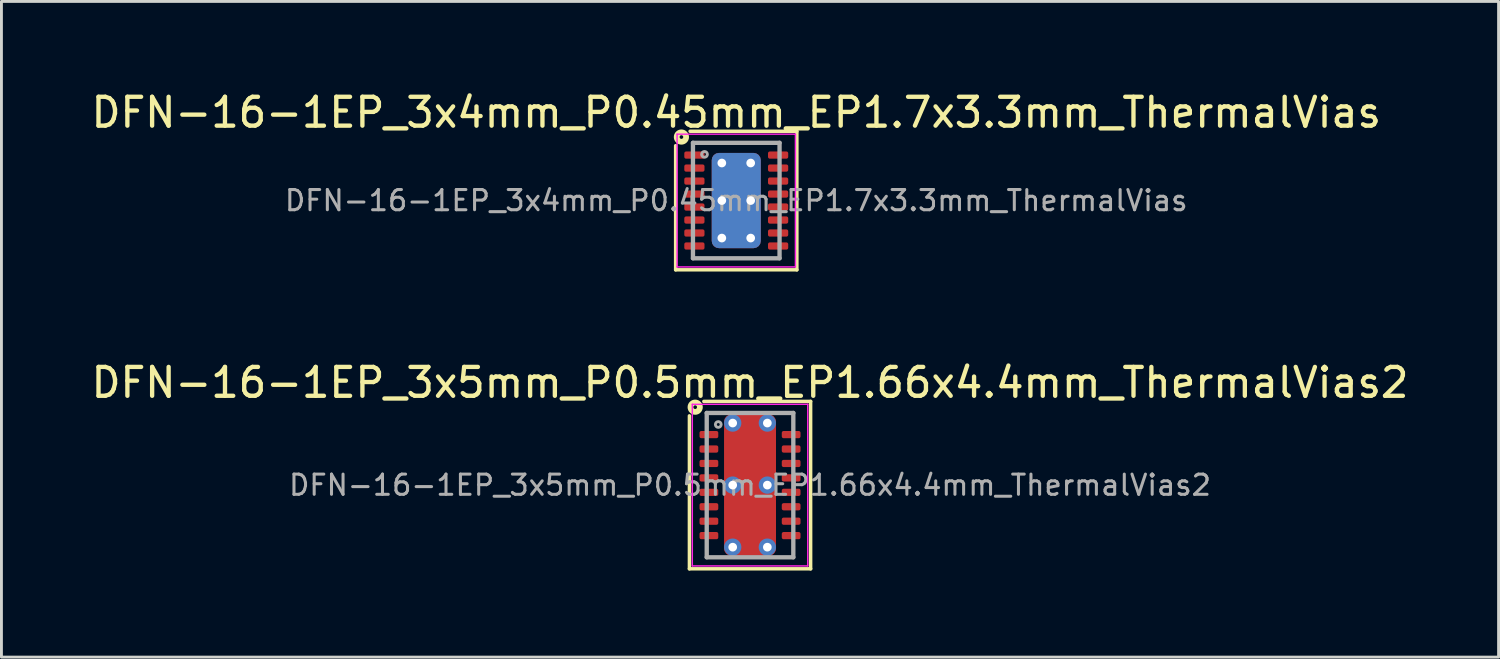
<source format=kicad_pcb>
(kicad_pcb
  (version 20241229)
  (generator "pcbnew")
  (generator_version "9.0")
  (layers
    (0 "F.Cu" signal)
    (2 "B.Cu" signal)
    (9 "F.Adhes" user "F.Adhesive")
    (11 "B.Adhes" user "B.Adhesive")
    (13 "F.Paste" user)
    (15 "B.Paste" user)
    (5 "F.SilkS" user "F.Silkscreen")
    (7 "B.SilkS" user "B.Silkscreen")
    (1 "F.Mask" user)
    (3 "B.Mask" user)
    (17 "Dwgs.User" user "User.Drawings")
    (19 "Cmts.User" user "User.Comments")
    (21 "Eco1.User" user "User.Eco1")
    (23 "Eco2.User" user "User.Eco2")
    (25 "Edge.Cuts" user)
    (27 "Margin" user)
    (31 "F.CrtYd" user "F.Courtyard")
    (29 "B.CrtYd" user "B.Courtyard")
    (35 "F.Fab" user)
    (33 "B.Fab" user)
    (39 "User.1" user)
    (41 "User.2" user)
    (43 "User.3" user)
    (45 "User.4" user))
  (footprint "DFN-16-1EP_3x5mm_P0.5mm_EP1.66x4.4mm_ThermalVias2"
    (layer "F.Cu")
    (at 22.935 13.757)
    (property "Reference" "DFN-16-1EP_3x5mm_P0.5mm_EP1.66x4.4mm_ThermalVias2" (at 0 -3.55 0) (layer "F.SilkS") (effects (font (size 1 1) (thickness 0.15))))
    (attr smd)
    (fp_line (start -2.1 2.9) (end -2.1 -2.4) (stroke (width 0.12) (type solid)) (layer "F.SilkS"))
    (fp_line (start -1.6 -2.9) (end 2.1 -2.9) (stroke (width 0.12) (type solid)) (layer "F.SilkS"))
    (fp_line (start 2.1 -2.9) (end 2.1 2.9) (stroke (width 0.12) (type solid)) (layer "F.SilkS"))
    (fp_line (start 2.1 2.9) (end -2.1 2.9) (stroke (width 0.12) (type solid)) (layer "F.SilkS"))
    (fp_circle (center -1.9 -2.7) (end -1.837 -2.7) (stroke (width 0.2) (type solid)) (fill no) (layer "F.SilkS"))
    (fp_line (start -2 -2.8) (end -2 2.8) (stroke (width 0.05) (type solid)) (layer "F.CrtYd"))
    (fp_line (start -2 -2.8) (end 2 -2.8) (stroke (width 0.05) (type solid)) (layer "F.CrtYd"))
    (fp_line (start -2 2.8) (end 2 2.8) (stroke (width 0.05) (type solid)) (layer "F.CrtYd"))
    (fp_line (start 2 -2.8) (end 2 2.8) (stroke (width 0.05) (type solid)) (layer "F.CrtYd"))
    (fp_line (start -1.5 -2.5) (end 1.5 -2.5) (stroke (width 0.15) (type solid)) (layer "F.Fab"))
    (fp_line (start -1.5 2.5) (end -1.5 -2.5) (stroke (width 0.15) (type solid)) (layer "F.Fab"))
    (fp_line (start 1.5 -2.5) (end 1.5 2.5) (stroke (width 0.15) (type solid)) (layer "F.Fab"))
    (fp_line (start 1.5 2.5) (end -1.5 2.5) (stroke (width 0.15) (type solid)) (layer "F.Fab"))
    (fp_circle (center -1.1 -2.1) (end -1 -2.1) (stroke (width 0.1) (type solid)) (fill no) (layer "F.Fab"))
    (fp_text user "${REFERENCE}" (at 0 0 0) (layer "F.Fab") (effects (font (size 0.7 0.7) (thickness 0.105))))
    (pad "" smd roundrect (at -0.4 -1.462) (size 0.6 0.575) (layers "F.Paste") (roundrect_rratio 0.25))
    (pad "" smd roundrect (at -0.4 -0.688) (size 0.6 0.575) (layers "F.Paste") (roundrect_rratio 0.25))
    (pad "" smd roundrect (at -0.4 0.688) (size 0.6 0.575) (layers "F.Paste") (roundrect_rratio 0.25))
    (pad "" smd roundrect (at -0.4 1.462) (size 0.6 0.575) (layers "F.Paste") (roundrect_rratio 0.25))
    (pad "" smd roundrect (at 0 -1.075) (size 1.6 1.55) (layers "F.Mask") (roundrect_rratio 0.161))
    (pad "" smd roundrect (at 0 1.075) (size 1.6 1.55) (layers "F.Mask") (roundrect_rratio 0.161))
    (pad "" smd roundrect (at 0.4 -1.462) (size 0.6 0.575) (layers "F.Paste") (roundrect_rratio 0.25))
    (pad "" smd roundrect (at 0.4 -0.688) (size 0.6 0.575) (layers "F.Paste") (roundrect_rratio 0.25))
    (pad "" smd roundrect (at 0.4 0.688) (size 0.6 0.575) (layers "F.Paste") (roundrect_rratio 0.25))
    (pad "" smd roundrect (at 0.4 1.462) (size 0.6 0.575) (layers "F.Paste") (roundrect_rratio 0.25))
    (pad "1" smd roundrect (at -1.425 -1.75) (size 0.65 0.25) (layers "F.Cu" "F.Mask" "F.Paste") (roundrect_rratio 0.25))
    (pad "2" smd roundrect (at -1.425 -1.25) (size 0.65 0.25) (layers "F.Cu" "F.Mask" "F.Paste") (roundrect_rratio 0.25))
    (pad "3" smd roundrect (at -1.425 -0.75) (size 0.65 0.25) (layers "F.Cu" "F.Mask" "F.Paste") (roundrect_rratio 0.25))
    (pad "4" smd roundrect (at -1.425 -0.25) (size 0.65 0.25) (layers "F.Cu" "F.Mask" "F.Paste") (roundrect_rratio 0.25))
    (pad "5" smd roundrect (at -1.425 0.25) (size 0.65 0.25) (layers "F.Cu" "F.Mask" "F.Paste") (roundrect_rratio 0.25))
    (pad "6" smd roundrect (at -1.425 0.75) (size 0.65 0.25) (layers "F.Cu" "F.Mask" "F.Paste") (roundrect_rratio 0.25))
    (pad "7" smd roundrect (at -1.425 1.25) (size 0.65 0.25) (layers "F.Cu" "F.Mask" "F.Paste") (roundrect_rratio 0.25))
    (pad "8" smd roundrect (at -1.425 1.75) (size 0.65 0.25) (layers "F.Cu" "F.Mask" "F.Paste") (roundrect_rratio 0.25))
    (pad "9" smd roundrect (at 1.425 1.75) (size 0.65 0.25) (layers "F.Cu" "F.Mask" "F.Paste") (roundrect_rratio 0.25))
    (pad "10" smd roundrect (at 1.425 1.25) (size 0.65 0.25) (layers "F.Cu" "F.Mask" "F.Paste") (roundrect_rratio 0.25))
    (pad "11" smd roundrect (at 1.425 0.75) (size 0.65 0.25) (layers "F.Cu" "F.Mask" "F.Paste") (roundrect_rratio 0.25))
    (pad "12" smd roundrect (at 1.425 0.25) (size 0.65 0.25) (layers "F.Cu" "F.Mask" "F.Paste") (roundrect_rratio 0.25))
    (pad "13" smd roundrect (at 1.425 -0.25) (size 0.65 0.25) (layers "F.Cu" "F.Mask" "F.Paste") (roundrect_rratio 0.25))
    (pad "14" smd roundrect (at 1.425 -0.75) (size 0.65 0.25) (layers "F.Cu" "F.Mask" "F.Paste") (roundrect_rratio 0.25))
    (pad "15" smd roundrect (at 1.425 -1.25) (size 0.65 0.25) (layers "F.Cu" "F.Mask" "F.Paste") (roundrect_rratio 0.25))
    (pad "16" smd roundrect (at 1.425 -1.75) (size 0.65 0.25) (layers "F.Cu" "F.Mask" "F.Paste") (roundrect_rratio 0.25))
    (pad "17" thru_hole circle (at -0.6 -2.15) (size 0.6 0.6) (drill 0.3) (property pad_prop_heatsink) (layers "*.Cu" "*.Mask"))
    (pad "17" thru_hole circle (at -0.6 0) (size 0.6 0.6) (drill 0.3) (property pad_prop_heatsink) (layers "*.Cu" "*.Mask"))
    (pad "17" thru_hole circle (at -0.6 2.15) (size 0.6 0.6) (drill 0.3) (property pad_prop_heatsink) (layers "*.Cu" "*.Mask"))
    (pad "17" smd roundrect (at 0 0) (size 1.8 4.9) (layers "F.Cu") (roundrect_rratio 0.139))
    (pad "17" thru_hole circle (at 0.6 -2.15) (size 0.6 0.6) (drill 0.3) (property pad_prop_heatsink) (layers "*.Cu" "*.Mask"))
    (pad "17" thru_hole circle (at 0.6 0) (size 0.6 0.6) (drill 0.3) (property pad_prop_heatsink) (layers "*.Cu" "*.Mask"))
    (pad "17" thru_hole circle (at 0.6 2.15) (size 0.6 0.6) (drill 0.3) (property pad_prop_heatsink) (layers "*.Cu" "*.Mask")))
  (footprint "DFN-16-1EP_3x4mm_P0.45mm_EP1.7x3.3mm_ThermalVias"
    (layer "F.Cu")
    (at 22.458 3.898)
    (property "Reference" "DFN-16-1EP_3x4mm_P0.45mm_EP1.7x3.3mm_ThermalVias" (at 0 -3.05 0) (layer "F.SilkS") (effects (font (size 1 1) (thickness 0.15))))
    (attr smd)
    (fp_line (start -2.1 2.4) (end -2.1 -1.9) (stroke (width 0.12) (type solid)) (layer "F.SilkS"))
    (fp_line (start -1.6 -2.4) (end 2.1 -2.4) (stroke (width 0.12) (type solid)) (layer "F.SilkS"))
    (fp_line (start 2.1 -2.4) (end 2.1 2.4) (stroke (width 0.12) (type solid)) (layer "F.SilkS"))
    (fp_line (start 2.1 2.4) (end -2.1 2.4) (stroke (width 0.12) (type solid)) (layer "F.SilkS"))
    (fp_circle (center -1.9 -2.2) (end -1.837 -2.2) (stroke (width 0.2) (type solid)) (fill no) (layer "F.SilkS"))
    (fp_line (start -2.05 -2.3) (end -2.05 2.3) (stroke (width 0.05) (type solid)) (layer "F.CrtYd"))
    (fp_line (start -2.05 -2.3) (end 2.05 -2.3) (stroke (width 0.05) (type solid)) (layer "F.CrtYd"))
    (fp_line (start -2.05 2.3) (end 2.05 2.3) (stroke (width 0.05) (type solid)) (layer "F.CrtYd"))
    (fp_line (start 2.05 -2.3) (end 2.05 2.3) (stroke (width 0.05) (type solid)) (layer "F.CrtYd"))
    (fp_line (start -1.5 -2) (end 1.5 -2) (stroke (width 0.15) (type solid)) (layer "F.Fab"))
    (fp_line (start -1.5 2) (end -1.5 -2) (stroke (width 0.15) (type solid)) (layer "F.Fab"))
    (fp_line (start 1.5 -2) (end 1.5 2) (stroke (width 0.15) (type solid)) (layer "F.Fab"))
    (fp_line (start 1.5 2) (end -1.5 2) (stroke (width 0.15) (type solid)) (layer "F.Fab"))
    (fp_circle (center -1.1 -1.6) (end -1 -1.6) (stroke (width 0.1) (type solid)) (fill no) (layer "F.Fab"))
    (fp_text user "${REFERENCE}" (at 0 0 0) (layer "F.Fab") (effects (font (size 0.7 0.7) (thickness 0.105))))
    (pad "" smd roundrect (at 0 -0.675) (size 1.5 1.15) (layers "F.Paste") (roundrect_rratio 0.208))
    (pad "" smd roundrect (at 0 0.675) (size 1.5 1.15) (layers "F.Paste") (roundrect_rratio 0.208))
    (pad "1" smd roundrect (at -1.45 -1.575) (size 0.7 0.25) (layers "F.Cu" "F.Mask" "F.Paste") (roundrect_rratio 0.25))
    (pad "2" smd roundrect (at -1.45 -1.125) (size 0.7 0.25) (layers "F.Cu" "F.Mask" "F.Paste") (roundrect_rratio 0.25))
    (pad "3" smd roundrect (at -1.45 -0.675) (size 0.7 0.25) (layers "F.Cu" "F.Mask" "F.Paste") (roundrect_rratio 0.25))
    (pad "4" smd roundrect (at -1.45 -0.225) (size 0.7 0.25) (layers "F.Cu" "F.Mask" "F.Paste") (roundrect_rratio 0.25))
    (pad "5" smd roundrect (at -1.45 0.225) (size 0.7 0.25) (layers "F.Cu" "F.Mask" "F.Paste") (roundrect_rratio 0.25))
    (pad "6" smd roundrect (at -1.45 0.675) (size 0.7 0.25) (layers "F.Cu" "F.Mask" "F.Paste") (roundrect_rratio 0.25))
    (pad "7" smd roundrect (at -1.45 1.125) (size 0.7 0.25) (layers "F.Cu" "F.Mask" "F.Paste") (roundrect_rratio 0.25))
    (pad "8" smd roundrect (at -1.45 1.575) (size 0.7 0.25) (layers "F.Cu" "F.Mask" "F.Paste") (roundrect_rratio 0.25))
    (pad "9" smd roundrect (at 1.45 1.575) (size 0.7 0.25) (layers "F.Cu" "F.Mask" "F.Paste") (roundrect_rratio 0.25))
    (pad "10" smd roundrect (at 1.45 1.125) (size 0.7 0.25) (layers "F.Cu" "F.Mask" "F.Paste") (roundrect_rratio 0.25))
    (pad "11" smd roundrect (at 1.45 0.675) (size 0.7 0.25) (layers "F.Cu" "F.Mask" "F.Paste") (roundrect_rratio 0.25))
    (pad "12" smd roundrect (at 1.45 0.225) (size 0.7 0.25) (layers "F.Cu" "F.Mask" "F.Paste") (roundrect_rratio 0.25))
    (pad "13" smd roundrect (at 1.45 -0.225) (size 0.7 0.25) (layers "F.Cu" "F.Mask" "F.Paste") (roundrect_rratio 0.25))
    (pad "14" smd roundrect (at 1.45 -0.675) (size 0.7 0.25) (layers "F.Cu" "F.Mask" "F.Paste") (roundrect_rratio 0.25))
    (pad "15" smd roundrect (at 1.45 -1.125) (size 0.7 0.25) (layers "F.Cu" "F.Mask" "F.Paste") (roundrect_rratio 0.25))
    (pad "16" smd roundrect (at 1.45 -1.575) (size 0.7 0.25) (layers "F.Cu" "F.Mask" "F.Paste") (roundrect_rratio 0.25))
    (pad "17" thru_hole circle (at -0.5 -1.3) (size 0.65 0.65) (drill 0.3) (property pad_prop_heatsink) (layers "*.Cu"))
    (pad "17" thru_hole circle (at -0.5 0) (size 0.65 0.65) (drill 0.3) (property pad_prop_heatsink) (layers "*.Cu"))
    (pad "17" thru_hole circle (at -0.5 1.3) (size 0.65 0.65) (drill 0.3) (property pad_prop_heatsink) (layers "*.Cu"))
    (pad "17" smd roundrect (at 0 0) (size 1.7 3.3) (layers "F.Cu" "F.Mask") (roundrect_rratio 0.147))
    (pad "17" smd roundrect (at 0 0) (size 1.7 3.3) (layers "B.Cu" "B.Mask") (roundrect_rratio 0.147))
    (pad "17" thru_hole circle (at 0.5 -1.3) (size 0.65 0.65) (drill 0.3) (property pad_prop_heatsink) (layers "*.Cu"))
    (pad "17" thru_hole circle (at 0.5 0) (size 0.65 0.65) (drill 0.3) (property pad_prop_heatsink) (layers "*.Cu"))
    (pad "17" thru_hole circle (at 0.5 1.3) (size 0.65 0.65) (drill 0.3) (property pad_prop_heatsink) (layers "*.Cu")))
  (gr_rect
    (start -3 -3)
    (end 48.869 19.716)
    (stroke (width 0.1) (type default))
    (fill no)
    (layer "Edge.Cuts")))
</source>
